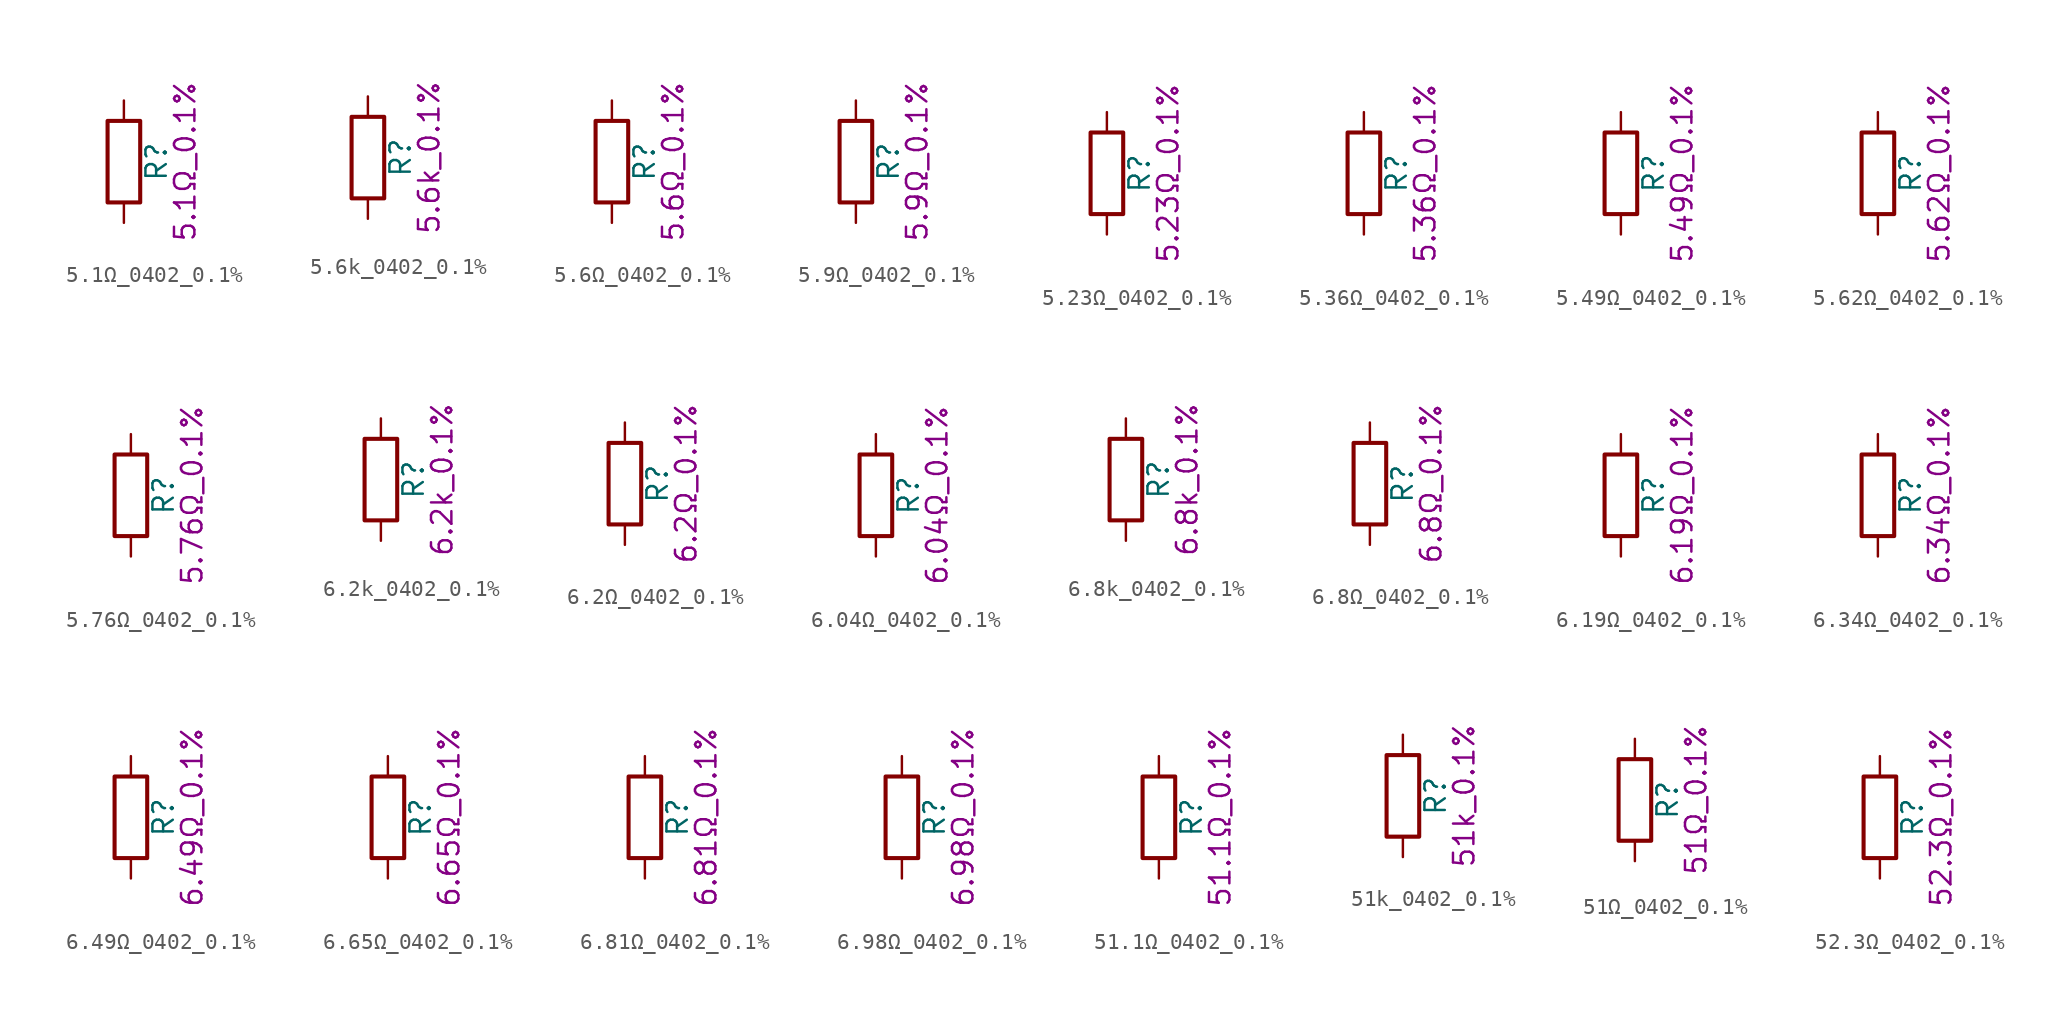
<source format=kicad_sym>
(kicad_symbol_lib
  (version 20211014)
  (generator kicad_symbol_editor)
  (symbol "5.1Ω_0402_0.1%"
    (pin_numbers hide)
    (pin_names
      (offset 0))
    (property "Reference" "R"
      (at 2.032 0 90)
      (effects (font (size 1.27 1.27))))
    (property "Display" "5.1Ω_0.1%"
      (at 3.81 0 90)
      (effects (font (size 1.27 1.27))))
    (symbol "5.1Ω_0402_0.1%_0_1"
      (rectangle (start -1.016 -2.54) (end 1.016 2.54) (stroke (width 0.254) (type default) (color 0 0 0 0)) (fill (type none))))
    (symbol "5.1Ω_0402_0.1%_1_1"
      (pin passive line (at 0 3.81 270) (length 1.27) (name "~" (effects (font (size 1.27 1.27)))) (number "1" (effects (font (size 1.27 1.27)))))
      (pin passive line (at 0 -3.81 90) (length 1.27) (name "~" (effects (font (size 1.27 1.27)))) (number "2" (effects (font (size 1.27 1.27)))))))
  (symbol "5.6k_0402_0.1%"
    (pin_numbers hide)
    (pin_names
      (offset 0))
    (property "Reference" "R"
      (at 2.032 0 90)
      (effects (font (size 1.27 1.27))))
    (property "Display" "5.6k_0.1%"
      (at 3.81 0 90)
      (effects (font (size 1.27 1.27))))
    (symbol "5.6k_0402_0.1%_0_1"
      (rectangle (start -1.016 -2.54) (end 1.016 2.54) (stroke (width 0.254) (type default) (color 0 0 0 0)) (fill (type none))))
    (symbol "5.6k_0402_0.1%_1_1"
      (pin passive line (at 0 3.81 270) (length 1.27) (name "~" (effects (font (size 1.27 1.27)))) (number "1" (effects (font (size 1.27 1.27)))))
      (pin passive line (at 0 -3.81 90) (length 1.27) (name "~" (effects (font (size 1.27 1.27)))) (number "2" (effects (font (size 1.27 1.27)))))))
  (symbol "5.6Ω_0402_0.1%"
    (pin_numbers hide)
    (pin_names
      (offset 0))
    (property "Reference" "R"
      (at 2.032 0 90)
      (effects (font (size 1.27 1.27))))
    (property "Display" "5.6Ω_0.1%"
      (at 3.81 0 90)
      (effects (font (size 1.27 1.27))))
    (symbol "5.6Ω_0402_0.1%_0_1"
      (rectangle (start -1.016 -2.54) (end 1.016 2.54) (stroke (width 0.254) (type default) (color 0 0 0 0)) (fill (type none))))
    (symbol "5.6Ω_0402_0.1%_1_1"
      (pin passive line (at 0 3.81 270) (length 1.27) (name "~" (effects (font (size 1.27 1.27)))) (number "1" (effects (font (size 1.27 1.27)))))
      (pin passive line (at 0 -3.81 90) (length 1.27) (name "~" (effects (font (size 1.27 1.27)))) (number "2" (effects (font (size 1.27 1.27)))))))
  (symbol "5.9Ω_0402_0.1%"
    (pin_numbers hide)
    (pin_names
      (offset 0))
    (property "Reference" "R"
      (at 2.032 0 90)
      (effects (font (size 1.27 1.27))))
    (property "Display" "5.9Ω_0.1%"
      (at 3.81 0 90)
      (effects (font (size 1.27 1.27))))
    (symbol "5.9Ω_0402_0.1%_0_1"
      (rectangle (start -1.016 -2.54) (end 1.016 2.54) (stroke (width 0.254) (type default) (color 0 0 0 0)) (fill (type none))))
    (symbol "5.9Ω_0402_0.1%_1_1"
      (pin passive line (at 0 3.81 270) (length 1.27) (name "~" (effects (font (size 1.27 1.27)))) (number "1" (effects (font (size 1.27 1.27)))))
      (pin passive line (at 0 -3.81 90) (length 1.27) (name "~" (effects (font (size 1.27 1.27)))) (number "2" (effects (font (size 1.27 1.27)))))))
  (symbol "5.23Ω_0402_0.1%"
    (pin_numbers hide)
    (pin_names
      (offset 0))
    (property "Reference" "R"
      (at 2.032 0 90)
      (effects (font (size 1.27 1.27))))
    (property "Display" "5.23Ω_0.1%"
      (at 3.81 0 90)
      (effects (font (size 1.27 1.27))))
    (symbol "5.23Ω_0402_0.1%_0_1"
      (rectangle (start -1.016 -2.54) (end 1.016 2.54) (stroke (width 0.254) (type default) (color 0 0 0 0)) (fill (type none))))
    (symbol "5.23Ω_0402_0.1%_1_1"
      (pin passive line (at 0 3.81 270) (length 1.27) (name "~" (effects (font (size 1.27 1.27)))) (number "1" (effects (font (size 1.27 1.27)))))
      (pin passive line (at 0 -3.81 90) (length 1.27) (name "~" (effects (font (size 1.27 1.27)))) (number "2" (effects (font (size 1.27 1.27)))))))
  (symbol "5.36Ω_0402_0.1%"
    (pin_numbers hide)
    (pin_names
      (offset 0))
    (property "Reference" "R"
      (at 2.032 0 90)
      (effects (font (size 1.27 1.27))))
    (property "Display" "5.36Ω_0.1%"
      (at 3.81 0 90)
      (effects (font (size 1.27 1.27))))
    (symbol "5.36Ω_0402_0.1%_0_1"
      (rectangle (start -1.016 -2.54) (end 1.016 2.54) (stroke (width 0.254) (type default) (color 0 0 0 0)) (fill (type none))))
    (symbol "5.36Ω_0402_0.1%_1_1"
      (pin passive line (at 0 3.81 270) (length 1.27) (name "~" (effects (font (size 1.27 1.27)))) (number "1" (effects (font (size 1.27 1.27)))))
      (pin passive line (at 0 -3.81 90) (length 1.27) (name "~" (effects (font (size 1.27 1.27)))) (number "2" (effects (font (size 1.27 1.27)))))))
  (symbol "5.49Ω_0402_0.1%"
    (pin_numbers hide)
    (pin_names
      (offset 0))
    (property "Reference" "R"
      (at 2.032 0 90)
      (effects (font (size 1.27 1.27))))
    (property "Display" "5.49Ω_0.1%"
      (at 3.81 0 90)
      (effects (font (size 1.27 1.27))))
    (symbol "5.49Ω_0402_0.1%_0_1"
      (rectangle (start -1.016 -2.54) (end 1.016 2.54) (stroke (width 0.254) (type default) (color 0 0 0 0)) (fill (type none))))
    (symbol "5.49Ω_0402_0.1%_1_1"
      (pin passive line (at 0 3.81 270) (length 1.27) (name "~" (effects (font (size 1.27 1.27)))) (number "1" (effects (font (size 1.27 1.27)))))
      (pin passive line (at 0 -3.81 90) (length 1.27) (name "~" (effects (font (size 1.27 1.27)))) (number "2" (effects (font (size 1.27 1.27)))))))
  (symbol "5.62Ω_0402_0.1%"
    (pin_numbers hide)
    (pin_names
      (offset 0))
    (property "Reference" "R"
      (at 2.032 0 90)
      (effects (font (size 1.27 1.27))))
    (property "Display" "5.62Ω_0.1%"
      (at 3.81 0 90)
      (effects (font (size 1.27 1.27))))
    (symbol "5.62Ω_0402_0.1%_0_1"
      (rectangle (start -1.016 -2.54) (end 1.016 2.54) (stroke (width 0.254) (type default) (color 0 0 0 0)) (fill (type none))))
    (symbol "5.62Ω_0402_0.1%_1_1"
      (pin passive line (at 0 3.81 270) (length 1.27) (name "~" (effects (font (size 1.27 1.27)))) (number "1" (effects (font (size 1.27 1.27)))))
      (pin passive line (at 0 -3.81 90) (length 1.27) (name "~" (effects (font (size 1.27 1.27)))) (number "2" (effects (font (size 1.27 1.27)))))))
  (symbol "5.76Ω_0402_0.1%"
    (pin_numbers hide)
    (pin_names
      (offset 0))
    (property "Reference" "R"
      (at 2.032 0 90)
      (effects (font (size 1.27 1.27))))
    (property "Display" "5.76Ω_0.1%"
      (at 3.81 0 90)
      (effects (font (size 1.27 1.27))))
    (symbol "5.76Ω_0402_0.1%_0_1"
      (rectangle (start -1.016 -2.54) (end 1.016 2.54) (stroke (width 0.254) (type default) (color 0 0 0 0)) (fill (type none))))
    (symbol "5.76Ω_0402_0.1%_1_1"
      (pin passive line (at 0 3.81 270) (length 1.27) (name "~" (effects (font (size 1.27 1.27)))) (number "1" (effects (font (size 1.27 1.27)))))
      (pin passive line (at 0 -3.81 90) (length 1.27) (name "~" (effects (font (size 1.27 1.27)))) (number "2" (effects (font (size 1.27 1.27)))))))
  (symbol "6.2k_0402_0.1%"
    (pin_numbers hide)
    (pin_names
      (offset 0))
    (property "Reference" "R"
      (at 2.032 0 90)
      (effects (font (size 1.27 1.27))))
    (property "Display" "6.2k_0.1%"
      (at 3.81 0 90)
      (effects (font (size 1.27 1.27))))
    (symbol "6.2k_0402_0.1%_0_1"
      (rectangle (start -1.016 -2.54) (end 1.016 2.54) (stroke (width 0.254) (type default) (color 0 0 0 0)) (fill (type none))))
    (symbol "6.2k_0402_0.1%_1_1"
      (pin passive line (at 0 3.81 270) (length 1.27) (name "~" (effects (font (size 1.27 1.27)))) (number "1" (effects (font (size 1.27 1.27)))))
      (pin passive line (at 0 -3.81 90) (length 1.27) (name "~" (effects (font (size 1.27 1.27)))) (number "2" (effects (font (size 1.27 1.27)))))))
  (symbol "6.2Ω_0402_0.1%"
    (pin_numbers hide)
    (pin_names
      (offset 0))
    (property "Reference" "R"
      (at 2.032 0 90)
      (effects (font (size 1.27 1.27))))
    (property "Display" "6.2Ω_0.1%"
      (at 3.81 0 90)
      (effects (font (size 1.27 1.27))))
    (symbol "6.2Ω_0402_0.1%_0_1"
      (rectangle (start -1.016 -2.54) (end 1.016 2.54) (stroke (width 0.254) (type default) (color 0 0 0 0)) (fill (type none))))
    (symbol "6.2Ω_0402_0.1%_1_1"
      (pin passive line (at 0 3.81 270) (length 1.27) (name "~" (effects (font (size 1.27 1.27)))) (number "1" (effects (font (size 1.27 1.27)))))
      (pin passive line (at 0 -3.81 90) (length 1.27) (name "~" (effects (font (size 1.27 1.27)))) (number "2" (effects (font (size 1.27 1.27)))))))
  (symbol "6.04Ω_0402_0.1%"
    (pin_numbers hide)
    (pin_names
      (offset 0))
    (property "Reference" "R"
      (at 2.032 0 90)
      (effects (font (size 1.27 1.27))))
    (property "Display" "6.04Ω_0.1%"
      (at 3.81 0 90)
      (effects (font (size 1.27 1.27))))
    (symbol "6.04Ω_0402_0.1%_0_1"
      (rectangle (start -1.016 -2.54) (end 1.016 2.54) (stroke (width 0.254) (type default) (color 0 0 0 0)) (fill (type none))))
    (symbol "6.04Ω_0402_0.1%_1_1"
      (pin passive line (at 0 3.81 270) (length 1.27) (name "~" (effects (font (size 1.27 1.27)))) (number "1" (effects (font (size 1.27 1.27)))))
      (pin passive line (at 0 -3.81 90) (length 1.27) (name "~" (effects (font (size 1.27 1.27)))) (number "2" (effects (font (size 1.27 1.27)))))))
  (symbol "6.8k_0402_0.1%"
    (pin_numbers hide)
    (pin_names
      (offset 0))
    (property "Reference" "R"
      (at 2.032 0 90)
      (effects (font (size 1.27 1.27))))
    (property "Display" "6.8k_0.1%"
      (at 3.81 0 90)
      (effects (font (size 1.27 1.27))))
    (symbol "6.8k_0402_0.1%_0_1"
      (rectangle (start -1.016 -2.54) (end 1.016 2.54) (stroke (width 0.254) (type default) (color 0 0 0 0)) (fill (type none))))
    (symbol "6.8k_0402_0.1%_1_1"
      (pin passive line (at 0 3.81 270) (length 1.27) (name "~" (effects (font (size 1.27 1.27)))) (number "1" (effects (font (size 1.27 1.27)))))
      (pin passive line (at 0 -3.81 90) (length 1.27) (name "~" (effects (font (size 1.27 1.27)))) (number "2" (effects (font (size 1.27 1.27)))))))
  (symbol "6.8Ω_0402_0.1%"
    (pin_numbers hide)
    (pin_names
      (offset 0))
    (property "Reference" "R"
      (at 2.032 0 90)
      (effects (font (size 1.27 1.27))))
    (property "Display" "6.8Ω_0.1%"
      (at 3.81 0 90)
      (effects (font (size 1.27 1.27))))
    (symbol "6.8Ω_0402_0.1%_0_1"
      (rectangle (start -1.016 -2.54) (end 1.016 2.54) (stroke (width 0.254) (type default) (color 0 0 0 0)) (fill (type none))))
    (symbol "6.8Ω_0402_0.1%_1_1"
      (pin passive line (at 0 3.81 270) (length 1.27) (name "~" (effects (font (size 1.27 1.27)))) (number "1" (effects (font (size 1.27 1.27)))))
      (pin passive line (at 0 -3.81 90) (length 1.27) (name "~" (effects (font (size 1.27 1.27)))) (number "2" (effects (font (size 1.27 1.27)))))))
  (symbol "6.19Ω_0402_0.1%"
    (pin_numbers hide)
    (pin_names
      (offset 0))
    (property "Reference" "R"
      (at 2.032 0 90)
      (effects (font (size 1.27 1.27))))
    (property "Display" "6.19Ω_0.1%"
      (at 3.81 0 90)
      (effects (font (size 1.27 1.27))))
    (symbol "6.19Ω_0402_0.1%_0_1"
      (rectangle (start -1.016 -2.54) (end 1.016 2.54) (stroke (width 0.254) (type default) (color 0 0 0 0)) (fill (type none))))
    (symbol "6.19Ω_0402_0.1%_1_1"
      (pin passive line (at 0 3.81 270) (length 1.27) (name "~" (effects (font (size 1.27 1.27)))) (number "1" (effects (font (size 1.27 1.27)))))
      (pin passive line (at 0 -3.81 90) (length 1.27) (name "~" (effects (font (size 1.27 1.27)))) (number "2" (effects (font (size 1.27 1.27)))))))
  (symbol "6.34Ω_0402_0.1%"
    (pin_numbers hide)
    (pin_names
      (offset 0))
    (property "Reference" "R"
      (at 2.032 0 90)
      (effects (font (size 1.27 1.27))))
    (property "Display" "6.34Ω_0.1%"
      (at 3.81 0 90)
      (effects (font (size 1.27 1.27))))
    (symbol "6.34Ω_0402_0.1%_0_1"
      (rectangle (start -1.016 -2.54) (end 1.016 2.54) (stroke (width 0.254) (type default) (color 0 0 0 0)) (fill (type none))))
    (symbol "6.34Ω_0402_0.1%_1_1"
      (pin passive line (at 0 3.81 270) (length 1.27) (name "~" (effects (font (size 1.27 1.27)))) (number "1" (effects (font (size 1.27 1.27)))))
      (pin passive line (at 0 -3.81 90) (length 1.27) (name "~" (effects (font (size 1.27 1.27)))) (number "2" (effects (font (size 1.27 1.27)))))))
  (symbol "6.49Ω_0402_0.1%"
    (pin_numbers hide)
    (pin_names
      (offset 0))
    (property "Reference" "R"
      (at 2.032 0 90)
      (effects (font (size 1.27 1.27))))
    (property "Display" "6.49Ω_0.1%"
      (at 3.81 0 90)
      (effects (font (size 1.27 1.27))))
    (symbol "6.49Ω_0402_0.1%_0_1"
      (rectangle (start -1.016 -2.54) (end 1.016 2.54) (stroke (width 0.254) (type default) (color 0 0 0 0)) (fill (type none))))
    (symbol "6.49Ω_0402_0.1%_1_1"
      (pin passive line (at 0 3.81 270) (length 1.27) (name "~" (effects (font (size 1.27 1.27)))) (number "1" (effects (font (size 1.27 1.27)))))
      (pin passive line (at 0 -3.81 90) (length 1.27) (name "~" (effects (font (size 1.27 1.27)))) (number "2" (effects (font (size 1.27 1.27)))))))
  (symbol "6.65Ω_0402_0.1%"
    (pin_numbers hide)
    (pin_names
      (offset 0))
    (property "Reference" "R"
      (at 2.032 0 90)
      (effects (font (size 1.27 1.27))))
    (property "Display" "6.65Ω_0.1%"
      (at 3.81 0 90)
      (effects (font (size 1.27 1.27))))
    (symbol "6.65Ω_0402_0.1%_0_1"
      (rectangle (start -1.016 -2.54) (end 1.016 2.54) (stroke (width 0.254) (type default) (color 0 0 0 0)) (fill (type none))))
    (symbol "6.65Ω_0402_0.1%_1_1"
      (pin passive line (at 0 3.81 270) (length 1.27) (name "~" (effects (font (size 1.27 1.27)))) (number "1" (effects (font (size 1.27 1.27)))))
      (pin passive line (at 0 -3.81 90) (length 1.27) (name "~" (effects (font (size 1.27 1.27)))) (number "2" (effects (font (size 1.27 1.27)))))))
  (symbol "6.81Ω_0402_0.1%"
    (pin_numbers hide)
    (pin_names
      (offset 0))
    (property "Reference" "R"
      (at 2.032 0 90)
      (effects (font (size 1.27 1.27))))
    (property "Display" "6.81Ω_0.1%"
      (at 3.81 0 90)
      (effects (font (size 1.27 1.27))))
    (symbol "6.81Ω_0402_0.1%_0_1"
      (rectangle (start -1.016 -2.54) (end 1.016 2.54) (stroke (width 0.254) (type default) (color 0 0 0 0)) (fill (type none))))
    (symbol "6.81Ω_0402_0.1%_1_1"
      (pin passive line (at 0 3.81 270) (length 1.27) (name "~" (effects (font (size 1.27 1.27)))) (number "1" (effects (font (size 1.27 1.27)))))
      (pin passive line (at 0 -3.81 90) (length 1.27) (name "~" (effects (font (size 1.27 1.27)))) (number "2" (effects (font (size 1.27 1.27)))))))
  (symbol "6.98Ω_0402_0.1%"
    (pin_numbers hide)
    (pin_names
      (offset 0))
    (property "Reference" "R"
      (at 2.032 0 90)
      (effects (font (size 1.27 1.27))))
    (property "Display" "6.98Ω_0.1%"
      (at 3.81 0 90)
      (effects (font (size 1.27 1.27))))
    (symbol "6.98Ω_0402_0.1%_0_1"
      (rectangle (start -1.016 -2.54) (end 1.016 2.54) (stroke (width 0.254) (type default) (color 0 0 0 0)) (fill (type none))))
    (symbol "6.98Ω_0402_0.1%_1_1"
      (pin passive line (at 0 3.81 270) (length 1.27) (name "~" (effects (font (size 1.27 1.27)))) (number "1" (effects (font (size 1.27 1.27)))))
      (pin passive line (at 0 -3.81 90) (length 1.27) (name "~" (effects (font (size 1.27 1.27)))) (number "2" (effects (font (size 1.27 1.27)))))))
  (symbol "51.1Ω_0402_0.1%"
    (pin_numbers hide)
    (pin_names
      (offset 0))
    (property "Reference" "R"
      (at 2.032 0 90)
      (effects (font (size 1.27 1.27))))
    (property "Display" "51.1Ω_0.1%"
      (at 3.81 0 90)
      (effects (font (size 1.27 1.27))))
    (symbol "51.1Ω_0402_0.1%_0_1"
      (rectangle (start -1.016 -2.54) (end 1.016 2.54) (stroke (width 0.254) (type default) (color 0 0 0 0)) (fill (type none))))
    (symbol "51.1Ω_0402_0.1%_1_1"
      (pin passive line (at 0 3.81 270) (length 1.27) (name "~" (effects (font (size 1.27 1.27)))) (number "1" (effects (font (size 1.27 1.27)))))
      (pin passive line (at 0 -3.81 90) (length 1.27) (name "~" (effects (font (size 1.27 1.27)))) (number "2" (effects (font (size 1.27 1.27)))))))
  (symbol "51k_0402_0.1%"
    (pin_numbers hide)
    (pin_names
      (offset 0))
    (property "Reference" "R"
      (at 2.032 0 90)
      (effects (font (size 1.27 1.27))))
    (property "Display" "51k_0.1%"
      (at 3.81 0 90)
      (effects (font (size 1.27 1.27))))
    (symbol "51k_0402_0.1%_0_1"
      (rectangle (start -1.016 -2.54) (end 1.016 2.54) (stroke (width 0.254) (type default) (color 0 0 0 0)) (fill (type none))))
    (symbol "51k_0402_0.1%_1_1"
      (pin passive line (at 0 3.81 270) (length 1.27) (name "~" (effects (font (size 1.27 1.27)))) (number "1" (effects (font (size 1.27 1.27)))))
      (pin passive line (at 0 -3.81 90) (length 1.27) (name "~" (effects (font (size 1.27 1.27)))) (number "2" (effects (font (size 1.27 1.27)))))))
  (symbol "51Ω_0402_0.1%"
    (pin_numbers hide)
    (pin_names
      (offset 0))
    (property "Reference" "R"
      (at 2.032 0 90)
      (effects (font (size 1.27 1.27))))
    (property "Display" "51Ω_0.1%"
      (at 3.81 0 90)
      (effects (font (size 1.27 1.27))))
    (symbol "51Ω_0402_0.1%_0_1"
      (rectangle (start -1.016 -2.54) (end 1.016 2.54) (stroke (width 0.254) (type default) (color 0 0 0 0)) (fill (type none))))
    (symbol "51Ω_0402_0.1%_1_1"
      (pin passive line (at 0 3.81 270) (length 1.27) (name "~" (effects (font (size 1.27 1.27)))) (number "1" (effects (font (size 1.27 1.27)))))
      (pin passive line (at 0 -3.81 90) (length 1.27) (name "~" (effects (font (size 1.27 1.27)))) (number "2" (effects (font (size 1.27 1.27)))))))
  (symbol "52.3Ω_0402_0.1%"
    (pin_numbers hide)
    (pin_names
      (offset 0))
    (property "Reference" "R"
      (at 2.032 0 90)
      (effects (font (size 1.27 1.27))))
    (property "Display" "52.3Ω_0.1%"
      (at 3.81 0 90)
      (effects (font (size 1.27 1.27))))
    (symbol "52.3Ω_0402_0.1%_0_1"
      (rectangle (start -1.016 -2.54) (end 1.016 2.54) (stroke (width 0.254) (type default) (color 0 0 0 0)) (fill (type none))))
    (symbol "52.3Ω_0402_0.1%_1_1"
      (pin passive line (at 0 3.81 270) (length 1.27) (name "~" (effects (font (size 1.27 1.27)))) (number "1" (effects (font (size 1.27 1.27)))))
      (pin passive line (at 0 -3.81 90) (length 1.27) (name "~" (effects (font (size 1.27 1.27)))) (number "2" (effects (font (size 1.27 1.27))))))))
</source>
